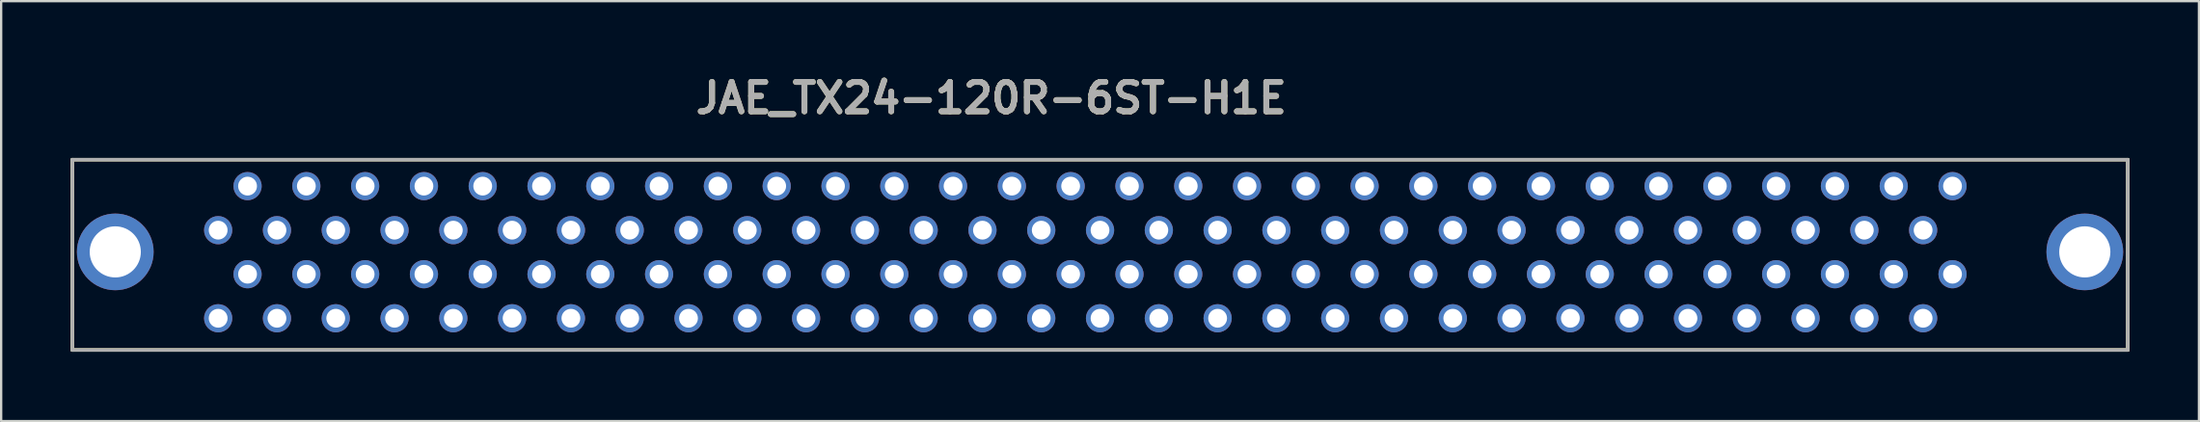
<source format=kicad_pcb>
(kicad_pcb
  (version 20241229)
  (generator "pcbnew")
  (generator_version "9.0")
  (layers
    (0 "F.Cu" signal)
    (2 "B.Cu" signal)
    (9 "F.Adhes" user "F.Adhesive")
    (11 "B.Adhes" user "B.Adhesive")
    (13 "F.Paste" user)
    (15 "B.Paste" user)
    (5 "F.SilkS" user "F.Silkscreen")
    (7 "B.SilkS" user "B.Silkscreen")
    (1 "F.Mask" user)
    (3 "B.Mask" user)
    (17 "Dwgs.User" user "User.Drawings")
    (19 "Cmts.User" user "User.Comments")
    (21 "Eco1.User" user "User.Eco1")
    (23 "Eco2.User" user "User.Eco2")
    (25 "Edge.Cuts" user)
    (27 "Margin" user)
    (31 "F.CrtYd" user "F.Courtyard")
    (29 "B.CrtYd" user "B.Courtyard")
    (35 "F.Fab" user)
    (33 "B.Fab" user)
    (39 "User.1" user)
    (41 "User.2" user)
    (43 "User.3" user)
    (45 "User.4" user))
  (footprint "JAE_TX24-120R-6ST-H1E"
    (layer "F.Cu")
    (at 44.475 3.856)
    (property "Reference" "JAE_TX24-120R-6ST-H1E" (at -4.699 -2.667 0) (layer "F.SilkS") (effects (font (size 1.27 1.27) (thickness 0.254))))
    (attr through_hole)
    (fp_line (start -44.399 0) (end -44.399 8.23) (stroke (width 0.152) (type solid)) (layer "F.SilkS"))
    (fp_line (start -44.399 8.23) (end 44.399 8.23) (stroke (width 0.152) (type solid)) (layer "F.SilkS"))
    (fp_line (start 44.399 0) (end -44.399 0) (stroke (width 0.152) (type solid)) (layer "F.SilkS"))
    (fp_line (start 44.399 8.23) (end 44.399 0) (stroke (width 0.152) (type solid)) (layer "F.SilkS"))
    (fp_line (start -44.399 0) (end -44.399 8.23) (stroke (width 0.152) (type solid)) (layer "F.Fab"))
    (fp_line (start -44.399 8.23) (end 44.399 8.23) (stroke (width 0.152) (type solid)) (layer "F.Fab"))
    (fp_line (start 44.399 0) (end -44.399 0) (stroke (width 0.152) (type solid)) (layer "F.Fab"))
    (fp_line (start 44.399 8.23) (end 44.399 0) (stroke (width 0.152) (type solid)) (layer "F.Fab"))
    (fp_text user "${REFERENCE}" (at -4.699 -2.667 0) (layer "F.Fab") (effects (font (size 1.27 1.27) (thickness 0.254))))
    (pad "1" thru_hole circle (at 36.83 1.143) (size 1.219 1.219) (drill 0.813) (layers "*.Cu" "*.Mask"))
    (pad "2" thru_hole circle (at 35.56 3.048) (size 1.219 1.219) (drill 0.813) (layers "*.Cu" "*.Mask"))
    (pad "3" thru_hole circle (at 34.29 1.143) (size 1.219 1.219) (drill 0.813) (layers "*.Cu" "*.Mask"))
    (pad "4" thru_hole circle (at 33.02 3.048) (size 1.219 1.219) (drill 0.813) (layers "*.Cu" "*.Mask"))
    (pad "5" thru_hole circle (at 31.75 1.143) (size 1.219 1.219) (drill 0.813) (layers "*.Cu" "*.Mask"))
    (pad "6" thru_hole circle (at 30.48 3.048) (size 1.219 1.219) (drill 0.813) (layers "*.Cu" "*.Mask"))
    (pad "7" thru_hole circle (at 29.21 1.143) (size 1.219 1.219) (drill 0.813) (layers "*.Cu" "*.Mask"))
    (pad "8" thru_hole circle (at 27.94 3.048) (size 1.219 1.219) (drill 0.813) (layers "*.Cu" "*.Mask"))
    (pad "9" thru_hole circle (at 26.67 1.143) (size 1.219 1.219) (drill 0.813) (layers "*.Cu" "*.Mask"))
    (pad "10" thru_hole circle (at 25.4 3.048) (size 1.219 1.219) (drill 0.813) (layers "*.Cu" "*.Mask"))
    (pad "11" thru_hole circle (at 24.13 1.143) (size 1.219 1.219) (drill 0.813) (layers "*.Cu" "*.Mask"))
    (pad "12" thru_hole circle (at 22.86 3.048) (size 1.219 1.219) (drill 0.813) (layers "*.Cu" "*.Mask"))
    (pad "13" thru_hole circle (at 21.59 1.143) (size 1.219 1.219) (drill 0.813) (layers "*.Cu" "*.Mask"))
    (pad "14" thru_hole circle (at 20.32 3.048) (size 1.219 1.219) (drill 0.813) (layers "*.Cu" "*.Mask"))
    (pad "15" thru_hole circle (at 19.05 1.143) (size 1.219 1.219) (drill 0.813) (layers "*.Cu" "*.Mask"))
    (pad "16" thru_hole circle (at 17.78 3.048) (size 1.219 1.219) (drill 0.813) (layers "*.Cu" "*.Mask"))
    (pad "17" thru_hole circle (at 16.51 1.143) (size 1.219 1.219) (drill 0.813) (layers "*.Cu" "*.Mask"))
    (pad "18" thru_hole circle (at 15.24 3.048) (size 1.219 1.219) (drill 0.813) (layers "*.Cu" "*.Mask"))
    (pad "19" thru_hole circle (at 13.97 1.143) (size 1.219 1.219) (drill 0.813) (layers "*.Cu" "*.Mask"))
    (pad "20" thru_hole circle (at 12.7 3.048) (size 1.219 1.219) (drill 0.813) (layers "*.Cu" "*.Mask"))
    (pad "21" thru_hole circle (at 11.43 1.143) (size 1.219 1.219) (drill 0.813) (layers "*.Cu" "*.Mask"))
    (pad "22" thru_hole circle (at 10.16 3.048) (size 1.219 1.219) (drill 0.813) (layers "*.Cu" "*.Mask"))
    (pad "23" thru_hole circle (at 8.89 1.143) (size 1.219 1.219) (drill 0.813) (layers "*.Cu" "*.Mask"))
    (pad "24" thru_hole circle (at 7.62 3.048) (size 1.219 1.219) (drill 0.813) (layers "*.Cu" "*.Mask"))
    (pad "25" thru_hole circle (at 6.35 1.143) (size 1.219 1.219) (drill 0.813) (layers "*.Cu" "*.Mask"))
    (pad "26" thru_hole circle (at 5.08 3.048) (size 1.219 1.219) (drill 0.813) (layers "*.Cu" "*.Mask"))
    (pad "27" thru_hole circle (at 3.81 1.143) (size 1.219 1.219) (drill 0.813) (layers "*.Cu" "*.Mask"))
    (pad "28" thru_hole circle (at 2.54 3.048) (size 1.219 1.219) (drill 0.813) (layers "*.Cu" "*.Mask"))
    (pad "29" thru_hole circle (at 1.27 1.143) (size 1.219 1.219) (drill 0.813) (layers "*.Cu" "*.Mask"))
    (pad "30" thru_hole circle (at 0 3.048) (size 1.219 1.219) (drill 0.813) (layers "*.Cu" "*.Mask"))
    (pad "31" thru_hole circle (at -1.27 1.143) (size 1.219 1.219) (drill 0.813) (layers "*.Cu" "*.Mask"))
    (pad "32" thru_hole circle (at -2.54 3.048) (size 1.219 1.219) (drill 0.813) (layers "*.Cu" "*.Mask"))
    (pad "33" thru_hole circle (at -3.81 1.143) (size 1.219 1.219) (drill 0.813) (layers "*.Cu" "*.Mask"))
    (pad "34" thru_hole circle (at -5.08 3.048) (size 1.219 1.219) (drill 0.813) (layers "*.Cu" "*.Mask"))
    (pad "35" thru_hole circle (at -6.35 1.143) (size 1.219 1.219) (drill 0.813) (layers "*.Cu" "*.Mask"))
    (pad "36" thru_hole circle (at -7.62 3.048) (size 1.219 1.219) (drill 0.813) (layers "*.Cu" "*.Mask"))
    (pad "37" thru_hole circle (at -8.89 1.143) (size 1.219 1.219) (drill 0.813) (layers "*.Cu" "*.Mask"))
    (pad "38" thru_hole circle (at -10.16 3.048) (size 1.219 1.219) (drill 0.813) (layers "*.Cu" "*.Mask"))
    (pad "39" thru_hole circle (at -11.43 1.143) (size 1.219 1.219) (drill 0.813) (layers "*.Cu" "*.Mask"))
    (pad "40" thru_hole circle (at -12.7 3.048) (size 1.219 1.219) (drill 0.813) (layers "*.Cu" "*.Mask"))
    (pad "41" thru_hole circle (at -13.97 1.143) (size 1.219 1.219) (drill 0.813) (layers "*.Cu" "*.Mask"))
    (pad "42" thru_hole circle (at -15.24 3.048) (size 1.219 1.219) (drill 0.813) (layers "*.Cu" "*.Mask"))
    (pad "43" thru_hole circle (at -16.51 1.143) (size 1.219 1.219) (drill 0.813) (layers "*.Cu" "*.Mask"))
    (pad "44" thru_hole circle (at -17.78 3.048) (size 1.219 1.219) (drill 0.813) (layers "*.Cu" "*.Mask"))
    (pad "45" thru_hole circle (at -19.05 1.143) (size 1.219 1.219) (drill 0.813) (layers "*.Cu" "*.Mask"))
    (pad "46" thru_hole circle (at -20.32 3.048) (size 1.219 1.219) (drill 0.813) (layers "*.Cu" "*.Mask"))
    (pad "47" thru_hole circle (at -21.59 1.143) (size 1.219 1.219) (drill 0.813) (layers "*.Cu" "*.Mask"))
    (pad "48" thru_hole circle (at -22.86 3.048) (size 1.219 1.219) (drill 0.813) (layers "*.Cu" "*.Mask"))
    (pad "49" thru_hole circle (at -24.13 1.143) (size 1.219 1.219) (drill 0.813) (layers "*.Cu" "*.Mask"))
    (pad "50" thru_hole circle (at -25.4 3.048) (size 1.219 1.219) (drill 0.813) (layers "*.Cu" "*.Mask"))
    (pad "51" thru_hole circle (at -26.67 1.143) (size 1.219 1.219) (drill 0.813) (layers "*.Cu" "*.Mask"))
    (pad "52" thru_hole circle (at -27.94 3.048) (size 1.219 1.219) (drill 0.813) (layers "*.Cu" "*.Mask"))
    (pad "53" thru_hole circle (at -29.21 1.143) (size 1.219 1.219) (drill 0.813) (layers "*.Cu" "*.Mask"))
    (pad "54" thru_hole circle (at -30.48 3.048) (size 1.219 1.219) (drill 0.813) (layers "*.Cu" "*.Mask"))
    (pad "55" thru_hole circle (at -31.75 1.143) (size 1.219 1.219) (drill 0.813) (layers "*.Cu" "*.Mask"))
    (pad "56" thru_hole circle (at -33.02 3.048) (size 1.219 1.219) (drill 0.813) (layers "*.Cu" "*.Mask"))
    (pad "57" thru_hole circle (at -34.29 1.143) (size 1.219 1.219) (drill 0.813) (layers "*.Cu" "*.Mask"))
    (pad "58" thru_hole circle (at -35.56 3.048) (size 1.219 1.219) (drill 0.813) (layers "*.Cu" "*.Mask"))
    (pad "59" thru_hole circle (at -36.83 1.143) (size 1.219 1.219) (drill 0.813) (layers "*.Cu" "*.Mask"))
    (pad "60" thru_hole circle (at -38.1 3.048) (size 1.219 1.219) (drill 0.813) (layers "*.Cu" "*.Mask"))
    (pad "61" thru_hole circle (at 36.83 4.953) (size 1.219 1.219) (drill 0.813) (layers "*.Cu" "*.Mask"))
    (pad "62" thru_hole circle (at 35.56 6.858) (size 1.219 1.219) (drill 0.813) (layers "*.Cu" "*.Mask"))
    (pad "63" thru_hole circle (at 34.29 4.953) (size 1.219 1.219) (drill 0.813) (layers "*.Cu" "*.Mask"))
    (pad "64" thru_hole circle (at 33.02 6.858) (size 1.219 1.219) (drill 0.813) (layers "*.Cu" "*.Mask"))
    (pad "65" thru_hole circle (at 31.75 4.953) (size 1.219 1.219) (drill 0.813) (layers "*.Cu" "*.Mask"))
    (pad "66" thru_hole circle (at 30.48 6.858) (size 1.219 1.219) (drill 0.813) (layers "*.Cu" "*.Mask"))
    (pad "67" thru_hole circle (at 29.21 4.953) (size 1.219 1.219) (drill 0.813) (layers "*.Cu" "*.Mask"))
    (pad "68" thru_hole circle (at 27.94 6.858) (size 1.219 1.219) (drill 0.813) (layers "*.Cu" "*.Mask"))
    (pad "69" thru_hole circle (at 26.67 4.953) (size 1.219 1.219) (drill 0.813) (layers "*.Cu" "*.Mask"))
    (pad "70" thru_hole circle (at 25.4 6.858) (size 1.219 1.219) (drill 0.813) (layers "*.Cu" "*.Mask"))
    (pad "71" thru_hole circle (at 24.13 4.953) (size 1.219 1.219) (drill 0.813) (layers "*.Cu" "*.Mask"))
    (pad "72" thru_hole circle (at 22.86 6.858) (size 1.219 1.219) (drill 0.813) (layers "*.Cu" "*.Mask"))
    (pad "73" thru_hole circle (at 21.59 4.953) (size 1.219 1.219) (drill 0.813) (layers "*.Cu" "*.Mask"))
    (pad "74" thru_hole circle (at 20.32 6.858) (size 1.219 1.219) (drill 0.813) (layers "*.Cu" "*.Mask"))
    (pad "75" thru_hole circle (at 19.05 4.953) (size 1.219 1.219) (drill 0.813) (layers "*.Cu" "*.Mask"))
    (pad "76" thru_hole circle (at 17.78 6.858) (size 1.219 1.219) (drill 0.813) (layers "*.Cu" "*.Mask"))
    (pad "77" thru_hole circle (at 16.51 4.953) (size 1.219 1.219) (drill 0.813) (layers "*.Cu" "*.Mask"))
    (pad "78" thru_hole circle (at 15.24 6.858) (size 1.219 1.219) (drill 0.813) (layers "*.Cu" "*.Mask"))
    (pad "79" thru_hole circle (at 13.97 4.953) (size 1.219 1.219) (drill 0.813) (layers "*.Cu" "*.Mask"))
    (pad "80" thru_hole circle (at 12.7 6.858) (size 1.219 1.219) (drill 0.813) (layers "*.Cu" "*.Mask"))
    (pad "81" thru_hole circle (at 11.43 4.953) (size 1.219 1.219) (drill 0.813) (layers "*.Cu" "*.Mask"))
    (pad "82" thru_hole circle (at 10.16 6.858) (size 1.219 1.219) (drill 0.813) (layers "*.Cu" "*.Mask"))
    (pad "83" thru_hole circle (at 8.89 4.953) (size 1.219 1.219) (drill 0.813) (layers "*.Cu" "*.Mask"))
    (pad "84" thru_hole circle (at 7.62 6.858) (size 1.219 1.219) (drill 0.813) (layers "*.Cu" "*.Mask"))
    (pad "85" thru_hole circle (at 6.35 4.953) (size 1.219 1.219) (drill 0.813) (layers "*.Cu" "*.Mask"))
    (pad "86" thru_hole circle (at 5.08 6.858) (size 1.219 1.219) (drill 0.813) (layers "*.Cu" "*.Mask"))
    (pad "87" thru_hole circle (at 3.81 4.953) (size 1.219 1.219) (drill 0.813) (layers "*.Cu" "*.Mask"))
    (pad "88" thru_hole circle (at 2.54 6.858) (size 1.219 1.219) (drill 0.813) (layers "*.Cu" "*.Mask"))
    (pad "89" thru_hole circle (at 1.27 4.953) (size 1.219 1.219) (drill 0.813) (layers "*.Cu" "*.Mask"))
    (pad "90" thru_hole circle (at 0 6.858) (size 1.219 1.219) (drill 0.813) (layers "*.Cu" "*.Mask"))
    (pad "91" thru_hole circle (at -1.27 4.953) (size 1.219 1.219) (drill 0.813) (layers "*.Cu" "*.Mask"))
    (pad "92" thru_hole circle (at -2.54 6.858) (size 1.219 1.219) (drill 0.813) (layers "*.Cu" "*.Mask"))
    (pad "93" thru_hole circle (at -3.81 4.953) (size 1.219 1.219) (drill 0.813) (layers "*.Cu" "*.Mask"))
    (pad "94" thru_hole circle (at -5.08 6.858) (size 1.219 1.219) (drill 0.813) (layers "*.Cu" "*.Mask"))
    (pad "95" thru_hole circle (at -6.35 4.953) (size 1.219 1.219) (drill 0.813) (layers "*.Cu" "*.Mask"))
    (pad "96" thru_hole circle (at -7.62 6.858) (size 1.219 1.219) (drill 0.813) (layers "*.Cu" "*.Mask"))
    (pad "97" thru_hole circle (at -8.89 4.953) (size 1.219 1.219) (drill 0.813) (layers "*.Cu" "*.Mask"))
    (pad "98" thru_hole circle (at -10.16 6.858) (size 1.219 1.219) (drill 0.813) (layers "*.Cu" "*.Mask"))
    (pad "99" thru_hole circle (at -11.43 4.953) (size 1.219 1.219) (drill 0.813) (layers "*.Cu" "*.Mask"))
    (pad "100" thru_hole circle (at -12.7 6.858) (size 1.219 1.219) (drill 0.813) (layers "*.Cu" "*.Mask"))
    (pad "101" thru_hole circle (at -13.97 4.953) (size 1.219 1.219) (drill 0.813) (layers "*.Cu" "*.Mask"))
    (pad "102" thru_hole circle (at -15.24 6.858) (size 1.219 1.219) (drill 0.813) (layers "*.Cu" "*.Mask"))
    (pad "103" thru_hole circle (at -16.51 4.953) (size 1.219 1.219) (drill 0.813) (layers "*.Cu" "*.Mask"))
    (pad "104" thru_hole circle (at -17.78 6.858) (size 1.219 1.219) (drill 0.813) (layers "*.Cu" "*.Mask"))
    (pad "105" thru_hole circle (at -19.05 4.953) (size 1.219 1.219) (drill 0.813) (layers "*.Cu" "*.Mask"))
    (pad "106" thru_hole circle (at -20.32 6.858) (size 1.219 1.219) (drill 0.813) (layers "*.Cu" "*.Mask"))
    (pad "107" thru_hole circle (at -21.59 4.953) (size 1.219 1.219) (drill 0.813) (layers "*.Cu" "*.Mask"))
    (pad "108" thru_hole circle (at -22.86 6.858) (size 1.219 1.219) (drill 0.813) (layers "*.Cu" "*.Mask"))
    (pad "109" thru_hole circle (at -24.13 4.953) (size 1.219 1.219) (drill 0.813) (layers "*.Cu" "*.Mask"))
    (pad "110" thru_hole circle (at -25.4 6.858) (size 1.219 1.219) (drill 0.813) (layers "*.Cu" "*.Mask"))
    (pad "111" thru_hole circle (at -26.67 4.953) (size 1.219 1.219) (drill 0.813) (layers "*.Cu" "*.Mask"))
    (pad "112" thru_hole circle (at -27.94 6.858) (size 1.219 1.219) (drill 0.813) (layers "*.Cu" "*.Mask"))
    (pad "113" thru_hole circle (at -29.21 4.953) (size 1.219 1.219) (drill 0.813) (layers "*.Cu" "*.Mask"))
    (pad "114" thru_hole circle (at -30.48 6.858) (size 1.219 1.219) (drill 0.813) (layers "*.Cu" "*.Mask"))
    (pad "115" thru_hole circle (at -31.75 4.953) (size 1.219 1.219) (drill 0.813) (layers "*.Cu" "*.Mask"))
    (pad "116" thru_hole circle (at -33.02 6.858) (size 1.219 1.219) (drill 0.813) (layers "*.Cu" "*.Mask"))
    (pad "117" thru_hole circle (at -34.29 4.953) (size 1.219 1.219) (drill 0.813) (layers "*.Cu" "*.Mask"))
    (pad "118" thru_hole circle (at -35.56 6.858) (size 1.219 1.219) (drill 0.813) (layers "*.Cu" "*.Mask"))
    (pad "119" thru_hole circle (at -36.83 4.953) (size 1.219 1.219) (drill 0.813) (layers "*.Cu" "*.Mask"))
    (pad "120" thru_hole circle (at -38.1 6.858) (size 1.219 1.219) (drill 0.813) (layers "*.Cu" "*.Mask"))
    (pad "121" thru_hole circle (at -42.545 3.988) (size 3.315 3.315) (drill 2.21) (layers "*.Cu" "*.Mask"))
    (pad "122" thru_hole circle (at 42.545 3.988) (size 3.315 3.315) (drill 2.21) (layers "*.Cu" "*.Mask")))
  (gr_rect
    (start -3 -3)
    (end 91.951 15.162)
    (stroke (width 0.1) (type default))
    (fill no)
    (layer "Edge.Cuts")))
</source>
